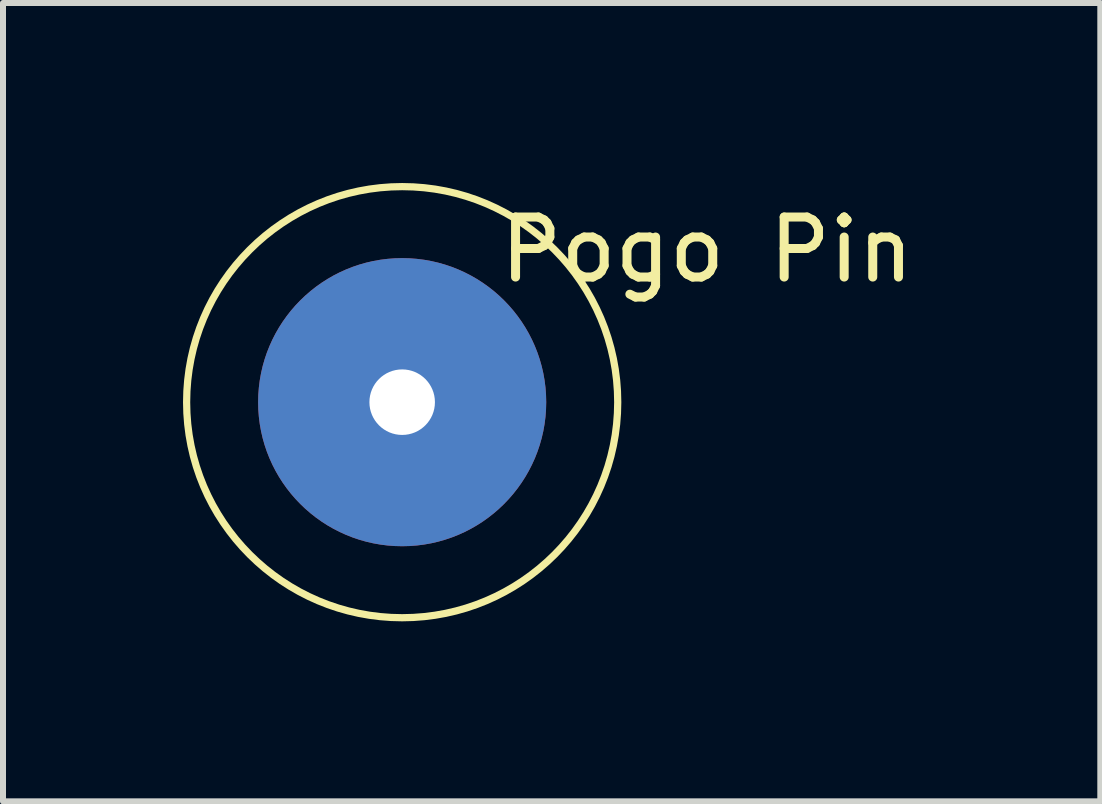
<source format=kicad_pcb>
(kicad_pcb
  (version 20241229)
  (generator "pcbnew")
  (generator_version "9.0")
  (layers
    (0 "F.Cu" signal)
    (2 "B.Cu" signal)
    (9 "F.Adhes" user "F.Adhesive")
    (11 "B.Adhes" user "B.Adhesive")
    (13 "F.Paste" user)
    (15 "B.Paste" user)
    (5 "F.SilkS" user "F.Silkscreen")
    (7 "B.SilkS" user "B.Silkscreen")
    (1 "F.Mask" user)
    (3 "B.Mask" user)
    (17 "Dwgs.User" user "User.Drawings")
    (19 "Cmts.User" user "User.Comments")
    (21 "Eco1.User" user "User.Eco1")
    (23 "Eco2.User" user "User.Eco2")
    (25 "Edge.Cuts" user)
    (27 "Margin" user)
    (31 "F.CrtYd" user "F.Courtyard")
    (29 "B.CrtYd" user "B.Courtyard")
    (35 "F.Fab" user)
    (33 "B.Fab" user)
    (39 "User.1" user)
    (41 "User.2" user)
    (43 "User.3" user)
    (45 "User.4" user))
  (footprint "Pogo Pin"
    (layer "F.Cu")
    (at 3.652 3.652)
    (property "Reference" "Pogo Pin" (at 5.08 -2.54 0) (unlocked yes) (layer "F.SilkS") (effects (font (size 1 1) (thickness 0.15))))
    (attr through_hole)
    (fp_circle (center 0 0) (end 2.54 -2.54) (stroke (width 0.12) (type solid)) (fill no) (layer "F.SilkS"))
    (pad "1" thru_hole circle (at 0 0) (size 4.801 4.801) (drill 1.092) (layers "*.Cu" "*.Mask") (remove_unused_layers yes) (keep_end_layers yes) (zone_layer_connections)))
  (gr_rect
    (start -3 -3)
    (end 15.286 10.304)
    (stroke (width 0.1) (type default))
    (fill no)
    (layer "Edge.Cuts")))
</source>
